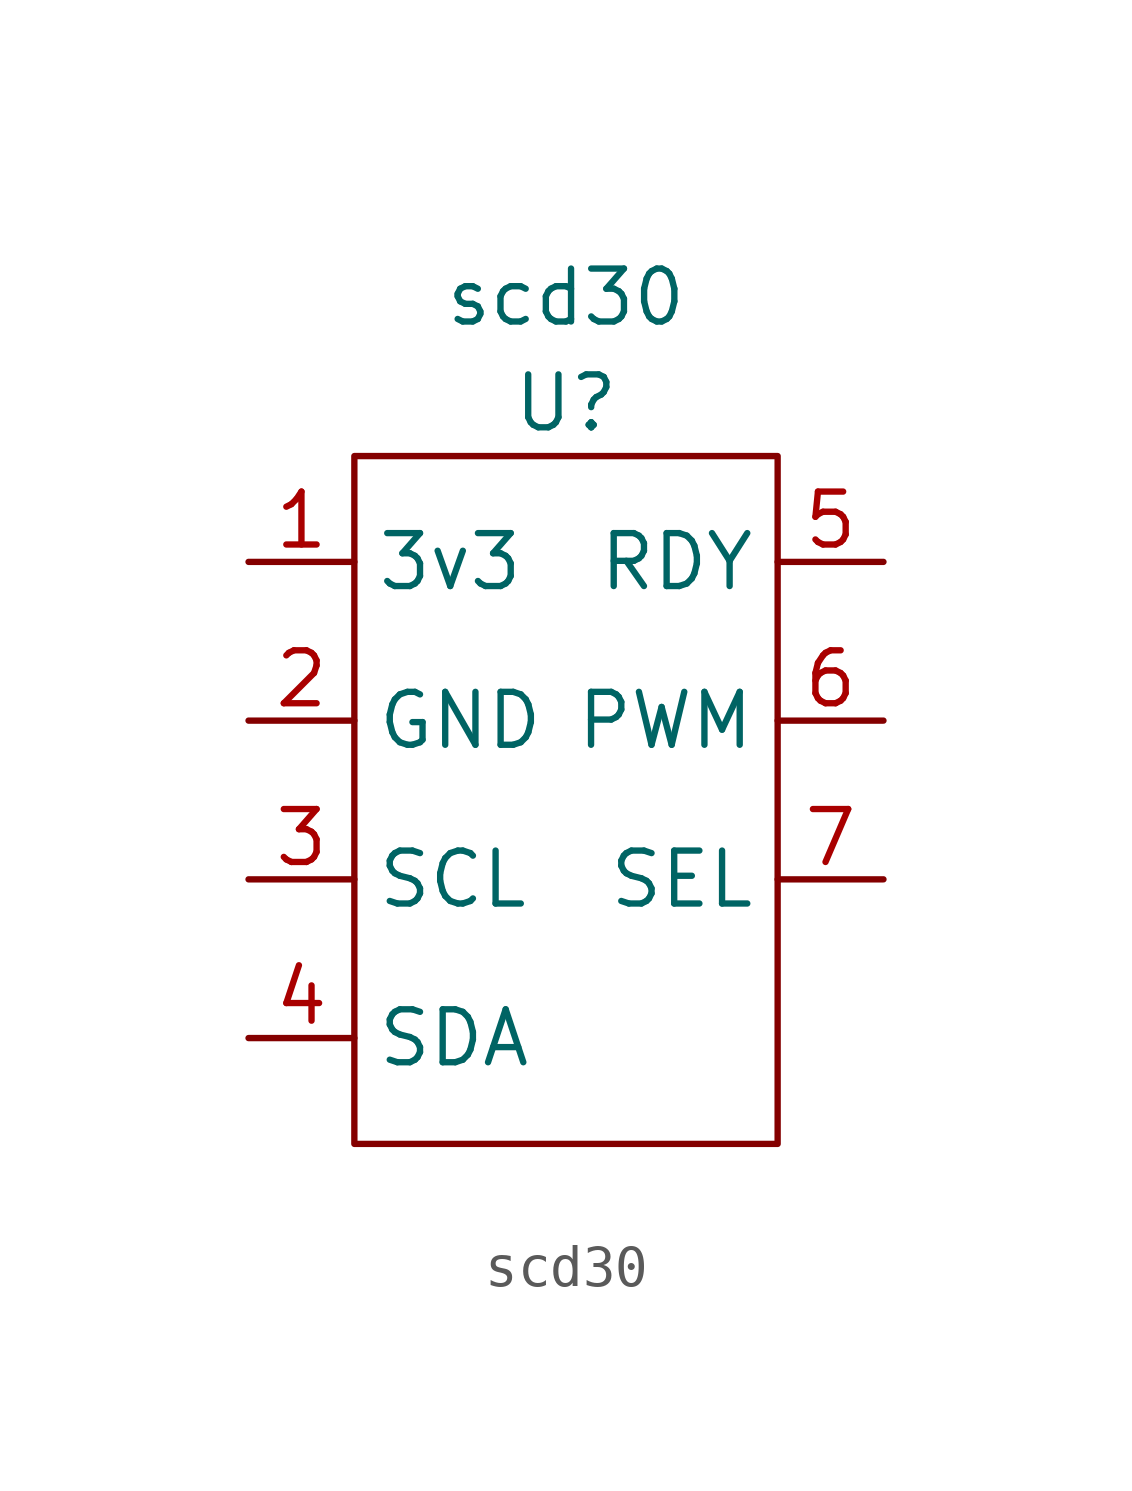
<source format=kicad_sym>
(kicad_symbol_lib
  (version 20211014)
  (generator kicad_symbol_editor)
  (symbol "scd30"
    (property "Reference" "U"
      (at 1.27 3.81 0)
      (effects (font (size 1.27 1.27))))
    (property "Value" "scd30"
      (at 1.27 6.35 0)
      (effects (font (size 1.27 1.27))))
    (symbol "scd30_0_1"
      (rectangle (start -3.81 2.54) (end 6.35 -13.97) (stroke (width 0) (type default) (color 0 0 0 0)) (fill (type none))))
    (symbol "scd30_1_1"
      (pin input line (at -6.35 0 0) (length 2.54) (name "3v3" (effects (font (size 1.27 1.27)))) (number "1" (effects (font (size 1.27 1.27)))))
      (pin input line (at -6.35 -3.81 0) (length 2.54) (name "GND" (effects (font (size 1.27 1.27)))) (number "2" (effects (font (size 1.27 1.27)))))
      (pin input line (at -6.35 -7.62 0) (length 2.54) (name "SCL" (effects (font (size 1.27 1.27)))) (number "3" (effects (font (size 1.27 1.27)))))
      (pin input line (at -6.35 -11.43 0) (length 2.54) (name "SDA" (effects (font (size 1.27 1.27)))) (number "4" (effects (font (size 1.27 1.27)))))
      (pin input line (at 8.89 0 180) (length 2.54) (name "RDY" (effects (font (size 1.27 1.27)))) (number "5" (effects (font (size 1.27 1.27)))))
      (pin input line (at 8.89 -3.81 180) (length 2.54) (name "PWM" (effects (font (size 1.27 1.27)))) (number "6" (effects (font (size 1.27 1.27)))))
      (pin input line (at 8.89 -7.62 180) (length 2.54) (name "SEL" (effects (font (size 1.27 1.27)))) (number "7" (effects (font (size 1.27 1.27))))))))
</source>
